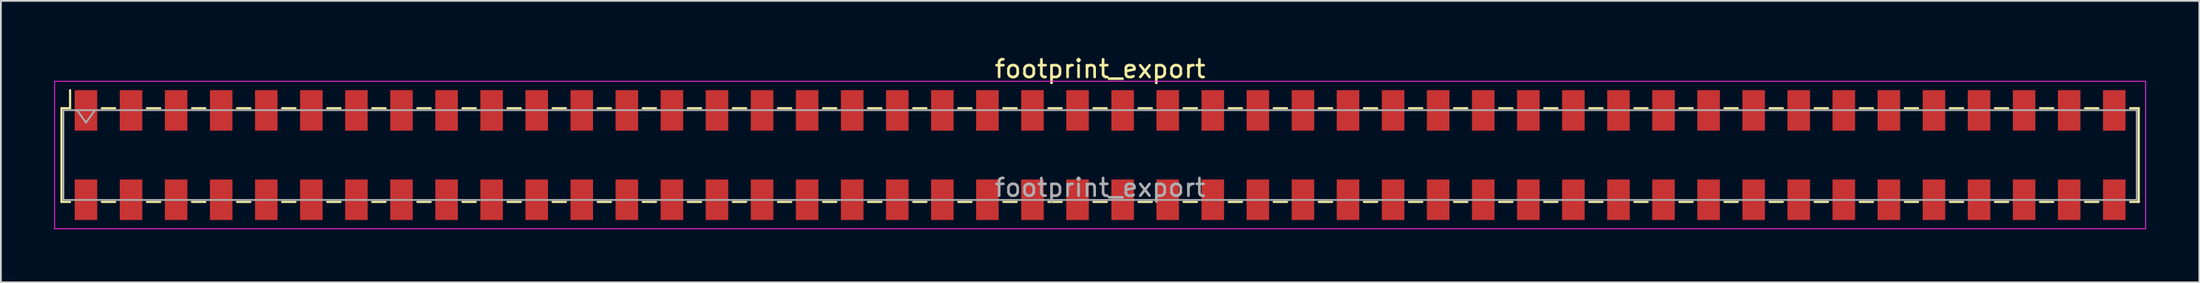
<source format=kicad_pcb>
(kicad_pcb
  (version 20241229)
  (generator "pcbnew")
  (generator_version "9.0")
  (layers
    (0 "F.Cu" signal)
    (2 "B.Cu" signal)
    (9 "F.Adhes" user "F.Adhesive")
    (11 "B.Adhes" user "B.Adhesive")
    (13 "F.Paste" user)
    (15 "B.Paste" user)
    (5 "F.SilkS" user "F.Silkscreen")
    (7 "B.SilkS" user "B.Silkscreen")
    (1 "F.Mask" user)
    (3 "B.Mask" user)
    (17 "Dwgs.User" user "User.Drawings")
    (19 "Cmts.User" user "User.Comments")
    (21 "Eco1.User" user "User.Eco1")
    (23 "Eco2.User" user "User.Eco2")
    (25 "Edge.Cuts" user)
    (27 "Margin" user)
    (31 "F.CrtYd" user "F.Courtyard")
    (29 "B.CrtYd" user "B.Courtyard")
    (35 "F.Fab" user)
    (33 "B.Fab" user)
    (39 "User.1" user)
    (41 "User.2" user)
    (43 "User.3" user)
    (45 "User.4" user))
  (footprint "footprint_export"
    (layer "F.Cu")
    (at 58.945 5.718)
    (property "Reference" "footprint_export" (at 0 -4.87 0) (layer "F.SilkS") (effects (font (size 1 1) (thickness 0.15))))
    (attr smd)
    (fp_line (start -58.53 -2.65) (end -58.53 2.65) (stroke (width 0.12) (type solid)) (layer "F.SilkS"))
    (fp_line (start -58.53 2.65) (end -58.045 2.65) (stroke (width 0.12) (type solid)) (layer "F.SilkS"))
    (fp_line (start -58.045 -3.67) (end -58.045 -2.65) (stroke (width 0.12) (type solid)) (layer "F.SilkS"))
    (fp_line (start -58.045 -2.65) (end -58.53 -2.65) (stroke (width 0.12) (type solid)) (layer "F.SilkS"))
    (fp_line (start -56.255 -2.65) (end -55.505 -2.65) (stroke (width 0.12) (type solid)) (layer "F.SilkS"))
    (fp_line (start -56.255 2.65) (end -55.505 2.65) (stroke (width 0.12) (type solid)) (layer "F.SilkS"))
    (fp_line (start -53.715 -2.65) (end -52.965 -2.65) (stroke (width 0.12) (type solid)) (layer "F.SilkS"))
    (fp_line (start -53.715 2.65) (end -52.965 2.65) (stroke (width 0.12) (type solid)) (layer "F.SilkS"))
    (fp_line (start -51.175 -2.65) (end -50.425 -2.65) (stroke (width 0.12) (type solid)) (layer "F.SilkS"))
    (fp_line (start -51.175 2.65) (end -50.425 2.65) (stroke (width 0.12) (type solid)) (layer "F.SilkS"))
    (fp_line (start -48.635 -2.65) (end -47.885 -2.65) (stroke (width 0.12) (type solid)) (layer "F.SilkS"))
    (fp_line (start -48.635 2.65) (end -47.885 2.65) (stroke (width 0.12) (type solid)) (layer "F.SilkS"))
    (fp_line (start -46.095 -2.65) (end -45.345 -2.65) (stroke (width 0.12) (type solid)) (layer "F.SilkS"))
    (fp_line (start -46.095 2.65) (end -45.345 2.65) (stroke (width 0.12) (type solid)) (layer "F.SilkS"))
    (fp_line (start -43.555 -2.65) (end -42.805 -2.65) (stroke (width 0.12) (type solid)) (layer "F.SilkS"))
    (fp_line (start -43.555 2.65) (end -42.805 2.65) (stroke (width 0.12) (type solid)) (layer "F.SilkS"))
    (fp_line (start -41.015 -2.65) (end -40.265 -2.65) (stroke (width 0.12) (type solid)) (layer "F.SilkS"))
    (fp_line (start -41.015 2.65) (end -40.265 2.65) (stroke (width 0.12) (type solid)) (layer "F.SilkS"))
    (fp_line (start -38.475 -2.65) (end -37.725 -2.65) (stroke (width 0.12) (type solid)) (layer "F.SilkS"))
    (fp_line (start -38.475 2.65) (end -37.725 2.65) (stroke (width 0.12) (type solid)) (layer "F.SilkS"))
    (fp_line (start -35.935 -2.65) (end -35.185 -2.65) (stroke (width 0.12) (type solid)) (layer "F.SilkS"))
    (fp_line (start -35.935 2.65) (end -35.185 2.65) (stroke (width 0.12) (type solid)) (layer "F.SilkS"))
    (fp_line (start -33.395 -2.65) (end -32.645 -2.65) (stroke (width 0.12) (type solid)) (layer "F.SilkS"))
    (fp_line (start -33.395 2.65) (end -32.645 2.65) (stroke (width 0.12) (type solid)) (layer "F.SilkS"))
    (fp_line (start -30.855 -2.65) (end -30.105 -2.65) (stroke (width 0.12) (type solid)) (layer "F.SilkS"))
    (fp_line (start -30.855 2.65) (end -30.105 2.65) (stroke (width 0.12) (type solid)) (layer "F.SilkS"))
    (fp_line (start -28.315 -2.65) (end -27.565 -2.65) (stroke (width 0.12) (type solid)) (layer "F.SilkS"))
    (fp_line (start -28.315 2.65) (end -27.565 2.65) (stroke (width 0.12) (type solid)) (layer "F.SilkS"))
    (fp_line (start -25.775 -2.65) (end -25.025 -2.65) (stroke (width 0.12) (type solid)) (layer "F.SilkS"))
    (fp_line (start -25.775 2.65) (end -25.025 2.65) (stroke (width 0.12) (type solid)) (layer "F.SilkS"))
    (fp_line (start -23.235 -2.65) (end -22.485 -2.65) (stroke (width 0.12) (type solid)) (layer "F.SilkS"))
    (fp_line (start -23.235 2.65) (end -22.485 2.65) (stroke (width 0.12) (type solid)) (layer "F.SilkS"))
    (fp_line (start -20.695 -2.65) (end -19.945 -2.65) (stroke (width 0.12) (type solid)) (layer "F.SilkS"))
    (fp_line (start -20.695 2.65) (end -19.945 2.65) (stroke (width 0.12) (type solid)) (layer "F.SilkS"))
    (fp_line (start -18.155 -2.65) (end -17.405 -2.65) (stroke (width 0.12) (type solid)) (layer "F.SilkS"))
    (fp_line (start -18.155 2.65) (end -17.405 2.65) (stroke (width 0.12) (type solid)) (layer "F.SilkS"))
    (fp_line (start -15.615 -2.65) (end -14.865 -2.65) (stroke (width 0.12) (type solid)) (layer "F.SilkS"))
    (fp_line (start -15.615 2.65) (end -14.865 2.65) (stroke (width 0.12) (type solid)) (layer "F.SilkS"))
    (fp_line (start -13.075 -2.65) (end -12.325 -2.65) (stroke (width 0.12) (type solid)) (layer "F.SilkS"))
    (fp_line (start -13.075 2.65) (end -12.325 2.65) (stroke (width 0.12) (type solid)) (layer "F.SilkS"))
    (fp_line (start -10.535 -2.65) (end -9.785 -2.65) (stroke (width 0.12) (type solid)) (layer "F.SilkS"))
    (fp_line (start -10.535 2.65) (end -9.785 2.65) (stroke (width 0.12) (type solid)) (layer "F.SilkS"))
    (fp_line (start -7.995 -2.65) (end -7.245 -2.65) (stroke (width 0.12) (type solid)) (layer "F.SilkS"))
    (fp_line (start -7.995 2.65) (end -7.245 2.65) (stroke (width 0.12) (type solid)) (layer "F.SilkS"))
    (fp_line (start -5.455 -2.65) (end -4.705 -2.65) (stroke (width 0.12) (type solid)) (layer "F.SilkS"))
    (fp_line (start -5.455 2.65) (end -4.705 2.65) (stroke (width 0.12) (type solid)) (layer "F.SilkS"))
    (fp_line (start -2.915 -2.65) (end -2.165 -2.65) (stroke (width 0.12) (type solid)) (layer "F.SilkS"))
    (fp_line (start -2.915 2.65) (end -2.165 2.65) (stroke (width 0.12) (type solid)) (layer "F.SilkS"))
    (fp_line (start -0.375 -2.65) (end 0.375 -2.65) (stroke (width 0.12) (type solid)) (layer "F.SilkS"))
    (fp_line (start -0.375 2.65) (end 0.375 2.65) (stroke (width 0.12) (type solid)) (layer "F.SilkS"))
    (fp_line (start 2.165 -2.65) (end 2.915 -2.65) (stroke (width 0.12) (type solid)) (layer "F.SilkS"))
    (fp_line (start 2.165 2.65) (end 2.915 2.65) (stroke (width 0.12) (type solid)) (layer "F.SilkS"))
    (fp_line (start 4.705 -2.65) (end 5.455 -2.65) (stroke (width 0.12) (type solid)) (layer "F.SilkS"))
    (fp_line (start 4.705 2.65) (end 5.455 2.65) (stroke (width 0.12) (type solid)) (layer "F.SilkS"))
    (fp_line (start 7.245 -2.65) (end 7.995 -2.65) (stroke (width 0.12) (type solid)) (layer "F.SilkS"))
    (fp_line (start 7.245 2.65) (end 7.995 2.65) (stroke (width 0.12) (type solid)) (layer "F.SilkS"))
    (fp_line (start 9.785 -2.65) (end 10.535 -2.65) (stroke (width 0.12) (type solid)) (layer "F.SilkS"))
    (fp_line (start 9.785 2.65) (end 10.535 2.65) (stroke (width 0.12) (type solid)) (layer "F.SilkS"))
    (fp_line (start 12.325 -2.65) (end 13.075 -2.65) (stroke (width 0.12) (type solid)) (layer "F.SilkS"))
    (fp_line (start 12.325 2.65) (end 13.075 2.65) (stroke (width 0.12) (type solid)) (layer "F.SilkS"))
    (fp_line (start 14.865 -2.65) (end 15.615 -2.65) (stroke (width 0.12) (type solid)) (layer "F.SilkS"))
    (fp_line (start 14.865 2.65) (end 15.615 2.65) (stroke (width 0.12) (type solid)) (layer "F.SilkS"))
    (fp_line (start 17.405 -2.65) (end 18.155 -2.65) (stroke (width 0.12) (type solid)) (layer "F.SilkS"))
    (fp_line (start 17.405 2.65) (end 18.155 2.65) (stroke (width 0.12) (type solid)) (layer "F.SilkS"))
    (fp_line (start 19.945 -2.65) (end 20.695 -2.65) (stroke (width 0.12) (type solid)) (layer "F.SilkS"))
    (fp_line (start 19.945 2.65) (end 20.695 2.65) (stroke (width 0.12) (type solid)) (layer "F.SilkS"))
    (fp_line (start 22.485 -2.65) (end 23.235 -2.65) (stroke (width 0.12) (type solid)) (layer "F.SilkS"))
    (fp_line (start 22.485 2.65) (end 23.235 2.65) (stroke (width 0.12) (type solid)) (layer "F.SilkS"))
    (fp_line (start 25.025 -2.65) (end 25.775 -2.65) (stroke (width 0.12) (type solid)) (layer "F.SilkS"))
    (fp_line (start 25.025 2.65) (end 25.775 2.65) (stroke (width 0.12) (type solid)) (layer "F.SilkS"))
    (fp_line (start 27.565 -2.65) (end 28.315 -2.65) (stroke (width 0.12) (type solid)) (layer "F.SilkS"))
    (fp_line (start 27.565 2.65) (end 28.315 2.65) (stroke (width 0.12) (type solid)) (layer "F.SilkS"))
    (fp_line (start 30.105 -2.65) (end 30.855 -2.65) (stroke (width 0.12) (type solid)) (layer "F.SilkS"))
    (fp_line (start 30.105 2.65) (end 30.855 2.65) (stroke (width 0.12) (type solid)) (layer "F.SilkS"))
    (fp_line (start 32.645 -2.65) (end 33.395 -2.65) (stroke (width 0.12) (type solid)) (layer "F.SilkS"))
    (fp_line (start 32.645 2.65) (end 33.395 2.65) (stroke (width 0.12) (type solid)) (layer "F.SilkS"))
    (fp_line (start 35.185 -2.65) (end 35.935 -2.65) (stroke (width 0.12) (type solid)) (layer "F.SilkS"))
    (fp_line (start 35.185 2.65) (end 35.935 2.65) (stroke (width 0.12) (type solid)) (layer "F.SilkS"))
    (fp_line (start 37.725 -2.65) (end 38.475 -2.65) (stroke (width 0.12) (type solid)) (layer "F.SilkS"))
    (fp_line (start 37.725 2.65) (end 38.475 2.65) (stroke (width 0.12) (type solid)) (layer "F.SilkS"))
    (fp_line (start 40.265 -2.65) (end 41.015 -2.65) (stroke (width 0.12) (type solid)) (layer "F.SilkS"))
    (fp_line (start 40.265 2.65) (end 41.015 2.65) (stroke (width 0.12) (type solid)) (layer "F.SilkS"))
    (fp_line (start 42.805 -2.65) (end 43.555 -2.65) (stroke (width 0.12) (type solid)) (layer "F.SilkS"))
    (fp_line (start 42.805 2.65) (end 43.555 2.65) (stroke (width 0.12) (type solid)) (layer "F.SilkS"))
    (fp_line (start 45.345 -2.65) (end 46.095 -2.65) (stroke (width 0.12) (type solid)) (layer "F.SilkS"))
    (fp_line (start 45.345 2.65) (end 46.095 2.65) (stroke (width 0.12) (type solid)) (layer "F.SilkS"))
    (fp_line (start 47.885 -2.65) (end 48.635 -2.65) (stroke (width 0.12) (type solid)) (layer "F.SilkS"))
    (fp_line (start 47.885 2.65) (end 48.635 2.65) (stroke (width 0.12) (type solid)) (layer "F.SilkS"))
    (fp_line (start 50.425 -2.65) (end 51.175 -2.65) (stroke (width 0.12) (type solid)) (layer "F.SilkS"))
    (fp_line (start 50.425 2.65) (end 51.175 2.65) (stroke (width 0.12) (type solid)) (layer "F.SilkS"))
    (fp_line (start 52.965 -2.65) (end 53.715 -2.65) (stroke (width 0.12) (type solid)) (layer "F.SilkS"))
    (fp_line (start 52.965 2.65) (end 53.715 2.65) (stroke (width 0.12) (type solid)) (layer "F.SilkS"))
    (fp_line (start 55.505 -2.65) (end 56.255 -2.65) (stroke (width 0.12) (type solid)) (layer "F.SilkS"))
    (fp_line (start 55.505 2.65) (end 56.255 2.65) (stroke (width 0.12) (type solid)) (layer "F.SilkS"))
    (fp_line (start 58.045 -2.65) (end 58.53 -2.65) (stroke (width 0.12) (type solid)) (layer "F.SilkS"))
    (fp_line (start 58.53 -2.65) (end 58.53 2.65) (stroke (width 0.12) (type solid)) (layer "F.SilkS"))
    (fp_line (start 58.53 2.65) (end 58.045 2.65) (stroke (width 0.12) (type solid)) (layer "F.SilkS"))
    (fp_line (start -58.92 -4.17) (end 58.92 -4.17) (stroke (width 0.05) (type solid)) (layer "F.CrtYd"))
    (fp_line (start -58.92 4.17) (end -58.92 -4.17) (stroke (width 0.05) (type solid)) (layer "F.CrtYd"))
    (fp_line (start 58.92 -4.17) (end 58.92 4.17) (stroke (width 0.05) (type solid)) (layer "F.CrtYd"))
    (fp_line (start 58.92 4.17) (end -58.92 4.17) (stroke (width 0.05) (type solid)) (layer "F.CrtYd"))
    (fp_line (start -58.42 -2.54) (end 58.42 -2.54) (stroke (width 0.1) (type solid)) (layer "F.Fab"))
    (fp_line (start -58.42 2.54) (end -58.42 -2.54) (stroke (width 0.1) (type solid)) (layer "F.Fab"))
    (fp_line (start -57.65 -2.54) (end -57.15 -1.833) (stroke (width 0.1) (type solid)) (layer "F.Fab"))
    (fp_line (start -57.15 -1.833) (end -56.65 -2.54) (stroke (width 0.1) (type solid)) (layer "F.Fab"))
    (fp_line (start 58.42 -2.54) (end 58.42 2.54) (stroke (width 0.1) (type solid)) (layer "F.Fab"))
    (fp_line (start 58.42 2.54) (end -58.42 2.54) (stroke (width 0.1) (type solid)) (layer "F.Fab"))
    (fp_text user "${REFERENCE}" (at 0 1.84 0) (layer "F.Fab") (effects (font (size 1 1) (thickness 0.15))))
    (pad "1" smd rect (at -57.15 -2.525) (size 1.27 2.29) (layers "F.Cu" "F.Mask" "F.Paste"))
    (pad "2" smd rect (at -57.15 2.525) (size 1.27 2.29) (layers "F.Cu" "F.Mask" "F.Paste"))
    (pad "3" smd rect (at -54.61 -2.525) (size 1.27 2.29) (layers "F.Cu" "F.Mask" "F.Paste"))
    (pad "4" smd rect (at -54.61 2.525) (size 1.27 2.29) (layers "F.Cu" "F.Mask" "F.Paste"))
    (pad "5" smd rect (at -52.07 -2.525) (size 1.27 2.29) (layers "F.Cu" "F.Mask" "F.Paste"))
    (pad "6" smd rect (at -52.07 2.525) (size 1.27 2.29) (layers "F.Cu" "F.Mask" "F.Paste"))
    (pad "7" smd rect (at -49.53 -2.525) (size 1.27 2.29) (layers "F.Cu" "F.Mask" "F.Paste"))
    (pad "8" smd rect (at -49.53 2.525) (size 1.27 2.29) (layers "F.Cu" "F.Mask" "F.Paste"))
    (pad "9" smd rect (at -46.99 -2.525) (size 1.27 2.29) (layers "F.Cu" "F.Mask" "F.Paste"))
    (pad "10" smd rect (at -46.99 2.525) (size 1.27 2.29) (layers "F.Cu" "F.Mask" "F.Paste"))
    (pad "11" smd rect (at -44.45 -2.525) (size 1.27 2.29) (layers "F.Cu" "F.Mask" "F.Paste"))
    (pad "12" smd rect (at -44.45 2.525) (size 1.27 2.29) (layers "F.Cu" "F.Mask" "F.Paste"))
    (pad "13" smd rect (at -41.91 -2.525) (size 1.27 2.29) (layers "F.Cu" "F.Mask" "F.Paste"))
    (pad "14" smd rect (at -41.91 2.525) (size 1.27 2.29) (layers "F.Cu" "F.Mask" "F.Paste"))
    (pad "15" smd rect (at -39.37 -2.525) (size 1.27 2.29) (layers "F.Cu" "F.Mask" "F.Paste"))
    (pad "16" smd rect (at -39.37 2.525) (size 1.27 2.29) (layers "F.Cu" "F.Mask" "F.Paste"))
    (pad "17" smd rect (at -36.83 -2.525) (size 1.27 2.29) (layers "F.Cu" "F.Mask" "F.Paste"))
    (pad "18" smd rect (at -36.83 2.525) (size 1.27 2.29) (layers "F.Cu" "F.Mask" "F.Paste"))
    (pad "19" smd rect (at -34.29 -2.525) (size 1.27 2.29) (layers "F.Cu" "F.Mask" "F.Paste"))
    (pad "20" smd rect (at -34.29 2.525) (size 1.27 2.29) (layers "F.Cu" "F.Mask" "F.Paste"))
    (pad "21" smd rect (at -31.75 -2.525) (size 1.27 2.29) (layers "F.Cu" "F.Mask" "F.Paste"))
    (pad "22" smd rect (at -31.75 2.525) (size 1.27 2.29) (layers "F.Cu" "F.Mask" "F.Paste"))
    (pad "23" smd rect (at -29.21 -2.525) (size 1.27 2.29) (layers "F.Cu" "F.Mask" "F.Paste"))
    (pad "24" smd rect (at -29.21 2.525) (size 1.27 2.29) (layers "F.Cu" "F.Mask" "F.Paste"))
    (pad "25" smd rect (at -26.67 -2.525) (size 1.27 2.29) (layers "F.Cu" "F.Mask" "F.Paste"))
    (pad "26" smd rect (at -26.67 2.525) (size 1.27 2.29) (layers "F.Cu" "F.Mask" "F.Paste"))
    (pad "27" smd rect (at -24.13 -2.525) (size 1.27 2.29) (layers "F.Cu" "F.Mask" "F.Paste"))
    (pad "28" smd rect (at -24.13 2.525) (size 1.27 2.29) (layers "F.Cu" "F.Mask" "F.Paste"))
    (pad "29" smd rect (at -21.59 -2.525) (size 1.27 2.29) (layers "F.Cu" "F.Mask" "F.Paste"))
    (pad "30" smd rect (at -21.59 2.525) (size 1.27 2.29) (layers "F.Cu" "F.Mask" "F.Paste"))
    (pad "31" smd rect (at -19.05 -2.525) (size 1.27 2.29) (layers "F.Cu" "F.Mask" "F.Paste"))
    (pad "32" smd rect (at -19.05 2.525) (size 1.27 2.29) (layers "F.Cu" "F.Mask" "F.Paste"))
    (pad "33" smd rect (at -16.51 -2.525) (size 1.27 2.29) (layers "F.Cu" "F.Mask" "F.Paste"))
    (pad "34" smd rect (at -16.51 2.525) (size 1.27 2.29) (layers "F.Cu" "F.Mask" "F.Paste"))
    (pad "35" smd rect (at -13.97 -2.525) (size 1.27 2.29) (layers "F.Cu" "F.Mask" "F.Paste"))
    (pad "36" smd rect (at -13.97 2.525) (size 1.27 2.29) (layers "F.Cu" "F.Mask" "F.Paste"))
    (pad "37" smd rect (at -11.43 -2.525) (size 1.27 2.29) (layers "F.Cu" "F.Mask" "F.Paste"))
    (pad "38" smd rect (at -11.43 2.525) (size 1.27 2.29) (layers "F.Cu" "F.Mask" "F.Paste"))
    (pad "39" smd rect (at -8.89 -2.525) (size 1.27 2.29) (layers "F.Cu" "F.Mask" "F.Paste"))
    (pad "40" smd rect (at -8.89 2.525) (size 1.27 2.29) (layers "F.Cu" "F.Mask" "F.Paste"))
    (pad "41" smd rect (at -6.35 -2.525) (size 1.27 2.29) (layers "F.Cu" "F.Mask" "F.Paste"))
    (pad "42" smd rect (at -6.35 2.525) (size 1.27 2.29) (layers "F.Cu" "F.Mask" "F.Paste"))
    (pad "43" smd rect (at -3.81 -2.525) (size 1.27 2.29) (layers "F.Cu" "F.Mask" "F.Paste"))
    (pad "44" smd rect (at -3.81 2.525) (size 1.27 2.29) (layers "F.Cu" "F.Mask" "F.Paste"))
    (pad "45" smd rect (at -1.27 -2.525) (size 1.27 2.29) (layers "F.Cu" "F.Mask" "F.Paste"))
    (pad "46" smd rect (at -1.27 2.525) (size 1.27 2.29) (layers "F.Cu" "F.Mask" "F.Paste"))
    (pad "47" smd rect (at 1.27 -2.525) (size 1.27 2.29) (layers "F.Cu" "F.Mask" "F.Paste"))
    (pad "48" smd rect (at 1.27 2.525) (size 1.27 2.29) (layers "F.Cu" "F.Mask" "F.Paste"))
    (pad "49" smd rect (at 3.81 -2.525) (size 1.27 2.29) (layers "F.Cu" "F.Mask" "F.Paste"))
    (pad "50" smd rect (at 3.81 2.525) (size 1.27 2.29) (layers "F.Cu" "F.Mask" "F.Paste"))
    (pad "51" smd rect (at 6.35 -2.525) (size 1.27 2.29) (layers "F.Cu" "F.Mask" "F.Paste"))
    (pad "52" smd rect (at 6.35 2.525) (size 1.27 2.29) (layers "F.Cu" "F.Mask" "F.Paste"))
    (pad "53" smd rect (at 8.89 -2.525) (size 1.27 2.29) (layers "F.Cu" "F.Mask" "F.Paste"))
    (pad "54" smd rect (at 8.89 2.525) (size 1.27 2.29) (layers "F.Cu" "F.Mask" "F.Paste"))
    (pad "55" smd rect (at 11.43 -2.525) (size 1.27 2.29) (layers "F.Cu" "F.Mask" "F.Paste"))
    (pad "56" smd rect (at 11.43 2.525) (size 1.27 2.29) (layers "F.Cu" "F.Mask" "F.Paste"))
    (pad "57" smd rect (at 13.97 -2.525) (size 1.27 2.29) (layers "F.Cu" "F.Mask" "F.Paste"))
    (pad "58" smd rect (at 13.97 2.525) (size 1.27 2.29) (layers "F.Cu" "F.Mask" "F.Paste"))
    (pad "59" smd rect (at 16.51 -2.525) (size 1.27 2.29) (layers "F.Cu" "F.Mask" "F.Paste"))
    (pad "60" smd rect (at 16.51 2.525) (size 1.27 2.29) (layers "F.Cu" "F.Mask" "F.Paste"))
    (pad "61" smd rect (at 19.05 -2.525) (size 1.27 2.29) (layers "F.Cu" "F.Mask" "F.Paste"))
    (pad "62" smd rect (at 19.05 2.525) (size 1.27 2.29) (layers "F.Cu" "F.Mask" "F.Paste"))
    (pad "63" smd rect (at 21.59 -2.525) (size 1.27 2.29) (layers "F.Cu" "F.Mask" "F.Paste"))
    (pad "64" smd rect (at 21.59 2.525) (size 1.27 2.29) (layers "F.Cu" "F.Mask" "F.Paste"))
    (pad "65" smd rect (at 24.13 -2.525) (size 1.27 2.29) (layers "F.Cu" "F.Mask" "F.Paste"))
    (pad "66" smd rect (at 24.13 2.525) (size 1.27 2.29) (layers "F.Cu" "F.Mask" "F.Paste"))
    (pad "67" smd rect (at 26.67 -2.525) (size 1.27 2.29) (layers "F.Cu" "F.Mask" "F.Paste"))
    (pad "68" smd rect (at 26.67 2.525) (size 1.27 2.29) (layers "F.Cu" "F.Mask" "F.Paste"))
    (pad "69" smd rect (at 29.21 -2.525) (size 1.27 2.29) (layers "F.Cu" "F.Mask" "F.Paste"))
    (pad "70" smd rect (at 29.21 2.525) (size 1.27 2.29) (layers "F.Cu" "F.Mask" "F.Paste"))
    (pad "71" smd rect (at 31.75 -2.525) (size 1.27 2.29) (layers "F.Cu" "F.Mask" "F.Paste"))
    (pad "72" smd rect (at 31.75 2.525) (size 1.27 2.29) (layers "F.Cu" "F.Mask" "F.Paste"))
    (pad "73" smd rect (at 34.29 -2.525) (size 1.27 2.29) (layers "F.Cu" "F.Mask" "F.Paste"))
    (pad "74" smd rect (at 34.29 2.525) (size 1.27 2.29) (layers "F.Cu" "F.Mask" "F.Paste"))
    (pad "75" smd rect (at 36.83 -2.525) (size 1.27 2.29) (layers "F.Cu" "F.Mask" "F.Paste"))
    (pad "76" smd rect (at 36.83 2.525) (size 1.27 2.29) (layers "F.Cu" "F.Mask" "F.Paste"))
    (pad "77" smd rect (at 39.37 -2.525) (size 1.27 2.29) (layers "F.Cu" "F.Mask" "F.Paste"))
    (pad "78" smd rect (at 39.37 2.525) (size 1.27 2.29) (layers "F.Cu" "F.Mask" "F.Paste"))
    (pad "79" smd rect (at 41.91 -2.525) (size 1.27 2.29) (layers "F.Cu" "F.Mask" "F.Paste"))
    (pad "80" smd rect (at 41.91 2.525) (size 1.27 2.29) (layers "F.Cu" "F.Mask" "F.Paste"))
    (pad "81" smd rect (at 44.45 -2.525) (size 1.27 2.29) (layers "F.Cu" "F.Mask" "F.Paste"))
    (pad "82" smd rect (at 44.45 2.525) (size 1.27 2.29) (layers "F.Cu" "F.Mask" "F.Paste"))
    (pad "83" smd rect (at 46.99 -2.525) (size 1.27 2.29) (layers "F.Cu" "F.Mask" "F.Paste"))
    (pad "84" smd rect (at 46.99 2.525) (size 1.27 2.29) (layers "F.Cu" "F.Mask" "F.Paste"))
    (pad "85" smd rect (at 49.53 -2.525) (size 1.27 2.29) (layers "F.Cu" "F.Mask" "F.Paste"))
    (pad "86" smd rect (at 49.53 2.525) (size 1.27 2.29) (layers "F.Cu" "F.Mask" "F.Paste"))
    (pad "87" smd rect (at 52.07 -2.525) (size 1.27 2.29) (layers "F.Cu" "F.Mask" "F.Paste"))
    (pad "88" smd rect (at 52.07 2.525) (size 1.27 2.29) (layers "F.Cu" "F.Mask" "F.Paste"))
    (pad "89" smd rect (at 54.61 -2.525) (size 1.27 2.29) (layers "F.Cu" "F.Mask" "F.Paste"))
    (pad "90" smd rect (at 54.61 2.525) (size 1.27 2.29) (layers "F.Cu" "F.Mask" "F.Paste"))
    (pad "91" smd rect (at 57.15 -2.525) (size 1.27 2.29) (layers "F.Cu" "F.Mask" "F.Paste"))
    (pad "92" smd rect (at 57.15 2.525) (size 1.27 2.29) (layers "F.Cu" "F.Mask" "F.Paste")))
  (gr_rect
    (start -3 -3)
    (end 120.89 12.913)
    (stroke (width 0.1) (type default))
    (fill no)
    (layer "Edge.Cuts")))
</source>
